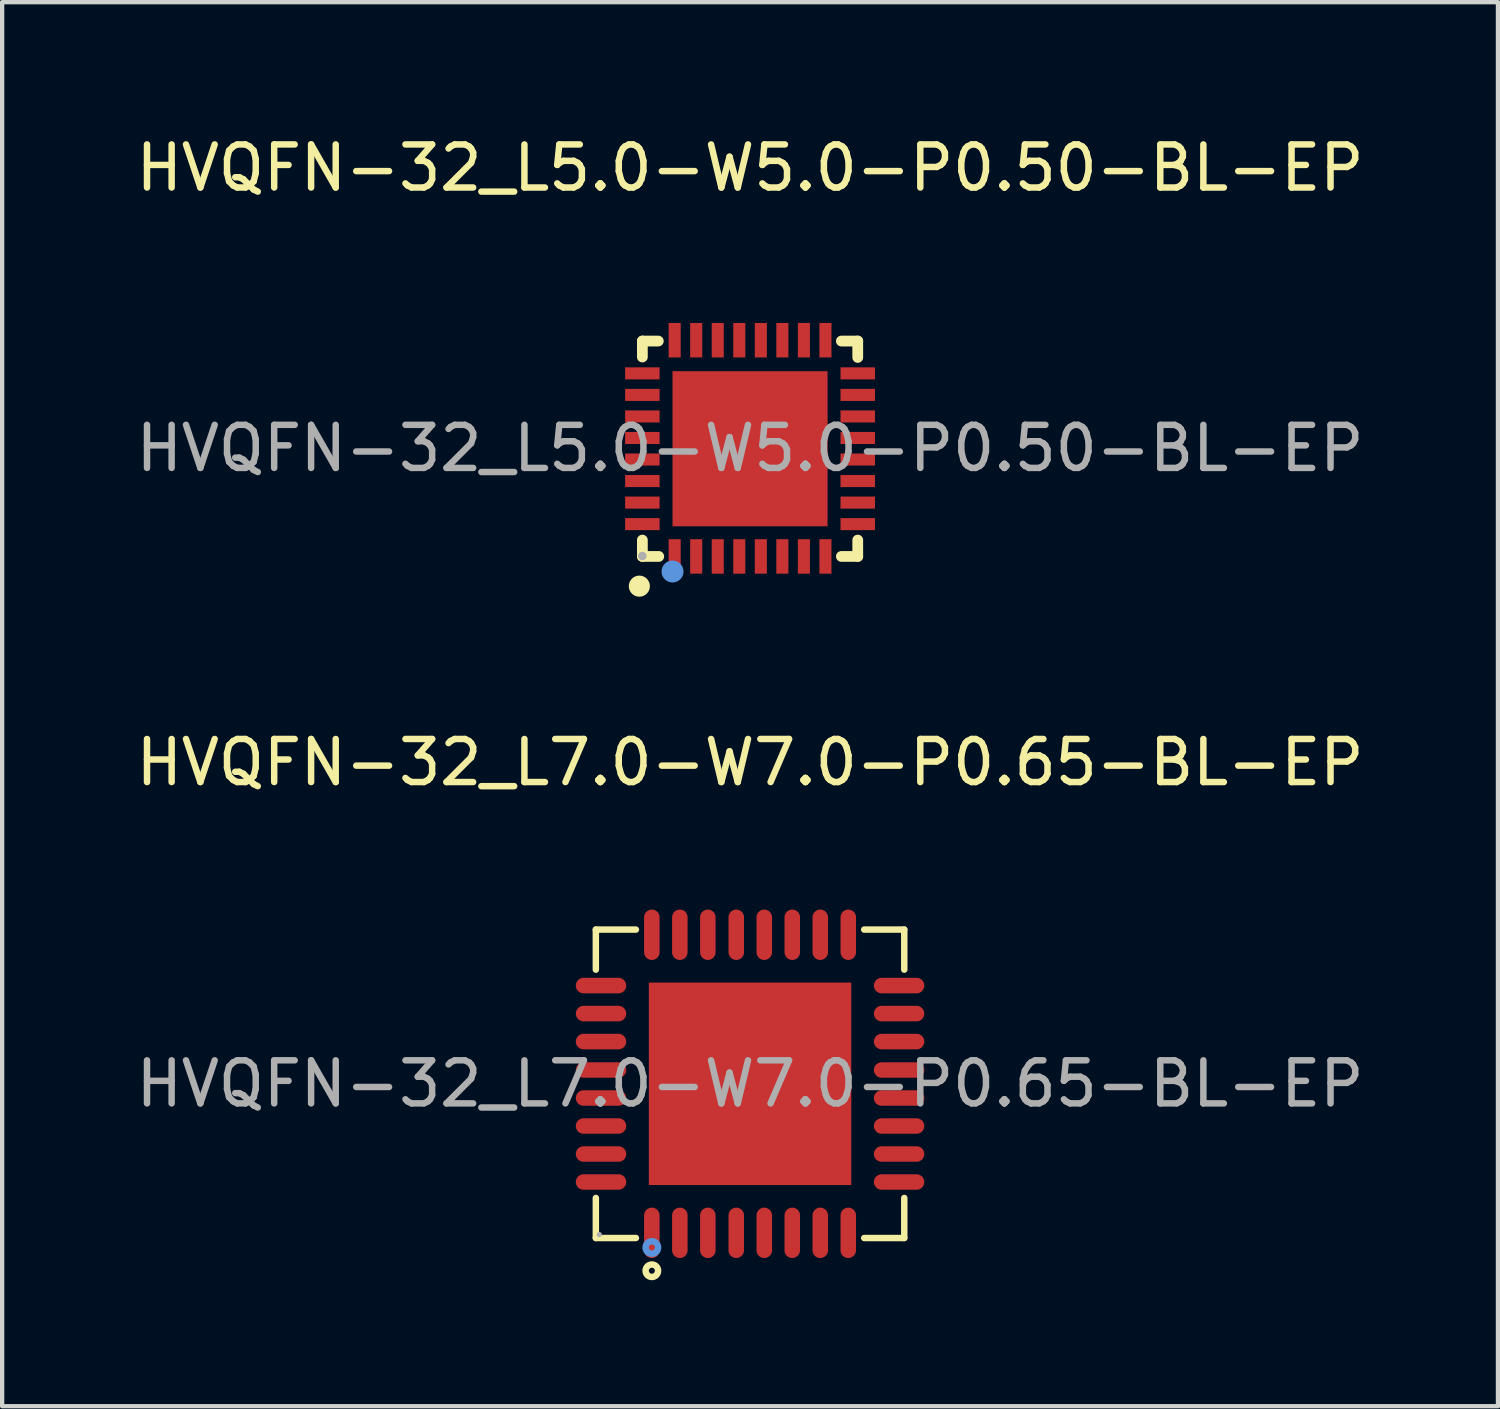
<source format=kicad_pcb>
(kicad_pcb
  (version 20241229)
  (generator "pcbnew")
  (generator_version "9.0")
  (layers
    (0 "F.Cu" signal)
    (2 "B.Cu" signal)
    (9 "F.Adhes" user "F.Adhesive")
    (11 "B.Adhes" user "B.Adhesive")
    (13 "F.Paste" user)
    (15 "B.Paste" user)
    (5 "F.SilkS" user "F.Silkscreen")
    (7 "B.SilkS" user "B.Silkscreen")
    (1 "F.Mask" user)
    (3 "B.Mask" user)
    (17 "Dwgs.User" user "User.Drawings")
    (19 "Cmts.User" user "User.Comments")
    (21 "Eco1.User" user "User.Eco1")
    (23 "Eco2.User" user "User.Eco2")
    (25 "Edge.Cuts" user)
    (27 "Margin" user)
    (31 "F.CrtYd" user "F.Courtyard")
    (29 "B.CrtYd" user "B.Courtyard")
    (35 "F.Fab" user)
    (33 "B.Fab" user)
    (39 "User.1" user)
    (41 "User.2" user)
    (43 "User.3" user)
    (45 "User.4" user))
  (footprint "HVQFN-32_L7.0-W7.0-P0.65-BL-EP"
    (layer "F.Cu")
    (at 14.363 22.111)
    (property "Reference" "HVQFN-32_L7.0-W7.0-P0.65-BL-EP" (at 0 -7.46 0) (layer "F.SilkS") (effects (font (size 1 1) (thickness 0.15))))
    (attr through_hole)
    (fp_line (start -3.58 -3.58) (end -2.65 -3.58) (stroke (width 0.15) (type solid)) (layer "F.SilkS"))
    (fp_line (start -3.58 -2.65) (end -3.58 -3.58) (stroke (width 0.15) (type solid)) (layer "F.SilkS"))
    (fp_line (start -3.58 2.65) (end -3.58 3.58) (stroke (width 0.15) (type solid)) (layer "F.SilkS"))
    (fp_line (start -3.58 3.58) (end -2.65 3.58) (stroke (width 0.15) (type solid)) (layer "F.SilkS"))
    (fp_line (start 3.58 -3.58) (end 2.65 -3.58) (stroke (width 0.15) (type solid)) (layer "F.SilkS"))
    (fp_line (start 3.58 -2.65) (end 3.58 -3.58) (stroke (width 0.15) (type solid)) (layer "F.SilkS"))
    (fp_line (start 3.58 2.65) (end 3.58 3.58) (stroke (width 0.15) (type solid)) (layer "F.SilkS"))
    (fp_line (start 3.58 3.58) (end 2.65 3.58) (stroke (width 0.15) (type solid)) (layer "F.SilkS"))
    (fp_circle (center -2.28 4.34) (end -2.21 4.34) (stroke (width 0.15) (type solid)) (fill no) (layer "F.SilkS"))
    (fp_circle (center -2.28 3.8) (end -2.21 3.8) (stroke (width 0.15) (type solid)) (fill no) (layer "Cmts.User"))
    (fp_circle (center -3.5 3.5) (end -3.47 3.5) (stroke (width 0.06) (type solid)) (fill no) (layer "F.Fab"))
    (fp_text user "${REFERENCE}" (at 0 0 0) (layer "F.Fab") (effects (font (size 1 1) (thickness 0.15))))
    (pad "1" smd oval (at -2.28 3.46) (size 0.36 1.17) (layers "F.Cu" "F.Mask" "F.Paste"))
    (pad "2" smd oval (at -1.63 3.46) (size 0.36 1.17) (layers "F.Cu" "F.Mask" "F.Paste"))
    (pad "3" smd oval (at -0.98 3.46) (size 0.36 1.17) (layers "F.Cu" "F.Mask" "F.Paste"))
    (pad "4" smd oval (at -0.32 3.46) (size 0.36 1.17) (layers "F.Cu" "F.Mask" "F.Paste"))
    (pad "5" smd oval (at 0.33 3.46) (size 0.36 1.17) (layers "F.Cu" "F.Mask" "F.Paste"))
    (pad "6" smd oval (at 0.98 3.46) (size 0.36 1.17) (layers "F.Cu" "F.Mask" "F.Paste"))
    (pad "7" smd oval (at 1.63 3.46) (size 0.36 1.17) (layers "F.Cu" "F.Mask" "F.Paste"))
    (pad "8" smd oval (at 2.28 3.46) (size 0.36 1.17) (layers "F.Cu" "F.Mask" "F.Paste"))
    (pad "9" smd oval (at 3.46 2.28) (size 1.17 0.36) (layers "F.Cu" "F.Mask" "F.Paste"))
    (pad "10" smd oval (at 3.46 1.63) (size 1.17 0.36) (layers "F.Cu" "F.Mask" "F.Paste"))
    (pad "11" smd oval (at 3.46 0.98) (size 1.17 0.36) (layers "F.Cu" "F.Mask" "F.Paste"))
    (pad "12" smd oval (at 3.46 0.33) (size 1.17 0.36) (layers "F.Cu" "F.Mask" "F.Paste"))
    (pad "13" smd oval (at 3.46 -0.32) (size 1.17 0.36) (layers "F.Cu" "F.Mask" "F.Paste"))
    (pad "14" smd oval (at 3.46 -0.98) (size 1.17 0.36) (layers "F.Cu" "F.Mask" "F.Paste"))
    (pad "15" smd oval (at 3.46 -1.63) (size 1.17 0.36) (layers "F.Cu" "F.Mask" "F.Paste"))
    (pad "16" smd oval (at 3.46 -2.28) (size 1.17 0.36) (layers "F.Cu" "F.Mask" "F.Paste"))
    (pad "17" smd oval (at 2.28 -3.46) (size 0.36 1.17) (layers "F.Cu" "F.Mask" "F.Paste"))
    (pad "18" smd oval (at 1.63 -3.46) (size 0.36 1.17) (layers "F.Cu" "F.Mask" "F.Paste"))
    (pad "19" smd oval (at 0.98 -3.46) (size 0.36 1.17) (layers "F.Cu" "F.Mask" "F.Paste"))
    (pad "20" smd oval (at 0.33 -3.46) (size 0.36 1.17) (layers "F.Cu" "F.Mask" "F.Paste"))
    (pad "21" smd oval (at -0.32 -3.46) (size 0.36 1.17) (layers "F.Cu" "F.Mask" "F.Paste"))
    (pad "22" smd oval (at -0.98 -3.46) (size 0.36 1.17) (layers "F.Cu" "F.Mask" "F.Paste"))
    (pad "23" smd oval (at -1.63 -3.46) (size 0.36 1.17) (layers "F.Cu" "F.Mask" "F.Paste"))
    (pad "24" smd oval (at -2.28 -3.46) (size 0.36 1.17) (layers "F.Cu" "F.Mask" "F.Paste"))
    (pad "25" smd oval (at -3.46 -2.28) (size 1.17 0.36) (layers "F.Cu" "F.Mask" "F.Paste"))
    (pad "26" smd oval (at -3.46 -1.63) (size 1.17 0.36) (layers "F.Cu" "F.Mask" "F.Paste"))
    (pad "27" smd oval (at -3.46 -0.98) (size 1.17 0.36) (layers "F.Cu" "F.Mask" "F.Paste"))
    (pad "28" smd oval (at -3.46 -0.32) (size 1.17 0.36) (layers "F.Cu" "F.Mask" "F.Paste"))
    (pad "29" smd oval (at -3.46 0.33) (size 1.17 0.36) (layers "F.Cu" "F.Mask" "F.Paste"))
    (pad "30" smd oval (at -3.46 0.98) (size 1.17 0.36) (layers "F.Cu" "F.Mask" "F.Paste"))
    (pad "31" smd oval (at -3.46 1.63) (size 1.17 0.36) (layers "F.Cu" "F.Mask" "F.Paste"))
    (pad "32" smd oval (at -3.46 2.28) (size 1.17 0.36) (layers "F.Cu" "F.Mask" "F.Paste"))
    (pad "33" smd rect (at 0 0) (size 4.7 4.7) (layers "F.Cu" "F.Mask" "F.Paste")))
  (footprint "HVQFN-32_L5.0-W5.0-P0.50-BL-EP"
    (layer "F.Cu")
    (at 14.363 7.358)
    (property "Reference" "HVQFN-32_L5.0-W5.0-P0.50-BL-EP" (at 0 -6.51 0) (layer "F.SilkS") (effects (font (size 1 1) (thickness 0.15))))
    (attr through_hole)
    (fp_line (start -2.5 -2.49) (end -2.13 -2.49) (stroke (width 0.25) (type solid)) (layer "F.SilkS"))
    (fp_line (start -2.5 -2.12) (end -2.5 -2.49) (stroke (width 0.25) (type solid)) (layer "F.SilkS"))
    (fp_line (start -2.5 2.51) (end -2.5 2.13) (stroke (width 0.25) (type solid)) (layer "F.SilkS"))
    (fp_line (start -2.5 2.51) (end -2.12 2.51) (stroke (width 0.25) (type solid)) (layer "F.SilkS"))
    (fp_line (start 2.12 -2.49) (end 2.5 -2.49) (stroke (width 0.25) (type solid)) (layer "F.SilkS"))
    (fp_line (start 2.12 2.51) (end 2.5 2.51) (stroke (width 0.25) (type solid)) (layer "F.SilkS"))
    (fp_line (start 2.5 -2.49) (end 2.5 -2.11) (stroke (width 0.25) (type solid)) (layer "F.SilkS"))
    (fp_line (start 2.5 2.13) (end 2.5 2.51) (stroke (width 0.25) (type solid)) (layer "F.SilkS"))
    (fp_arc (start -2.57 3.08) (mid -2.564996 3.319896) (end -2.58 3.080417) (stroke (width 0.25) (type solid)) (layer "F.SilkS"))
    (fp_circle (center -1.8 2.86) (end -1.67 2.86) (stroke (width 0.25) (type solid)) (fill no) (layer "Cmts.User"))
    (fp_circle (center -2.5 2.5) (end -2.45 2.5) (stroke (width 0.1) (type solid)) (fill no) (layer "F.Fab"))
    (fp_text user "${REFERENCE}" (at 0 0 0) (layer "F.Fab") (effects (font (size 1 1) (thickness 0.15))))
    (pad "1" smd rect (at -1.75 2.51) (size 0.28 0.8) (layers "F.Cu" "F.Mask" "F.Paste"))
    (pad "2" smd rect (at -1.25 2.51) (size 0.28 0.8) (layers "F.Cu" "F.Mask" "F.Paste"))
    (pad "3" smd rect (at -0.75 2.51) (size 0.28 0.8) (layers "F.Cu" "F.Mask" "F.Paste"))
    (pad "4" smd rect (at -0.25 2.51) (size 0.28 0.8) (layers "F.Cu" "F.Mask" "F.Paste"))
    (pad "5" smd rect (at 0.25 2.51) (size 0.28 0.8) (layers "F.Cu" "F.Mask" "F.Paste"))
    (pad "6" smd rect (at 0.75 2.51) (size 0.28 0.8) (layers "F.Cu" "F.Mask" "F.Paste"))
    (pad "7" smd rect (at 1.25 2.51) (size 0.28 0.8) (layers "F.Cu" "F.Mask" "F.Paste"))
    (pad "8" smd rect (at 1.75 2.51) (size 0.28 0.8) (layers "F.Cu" "F.Mask" "F.Paste"))
    (pad "9" smd rect (at 2.5 1.76) (size 0.8 0.28) (layers "F.Cu" "F.Mask" "F.Paste"))
    (pad "10" smd rect (at 2.5 1.26) (size 0.8 0.28) (layers "F.Cu" "F.Mask" "F.Paste"))
    (pad "11" smd rect (at 2.5 0.76) (size 0.8 0.28) (layers "F.Cu" "F.Mask" "F.Paste"))
    (pad "12" smd rect (at 2.5 0.26) (size 0.8 0.28) (layers "F.Cu" "F.Mask" "F.Paste"))
    (pad "13" smd rect (at 2.5 -0.24) (size 0.8 0.28) (layers "F.Cu" "F.Mask" "F.Paste"))
    (pad "14" smd rect (at 2.5 -0.74) (size 0.8 0.28) (layers "F.Cu" "F.Mask" "F.Paste"))
    (pad "15" smd rect (at 2.5 -1.24) (size 0.8 0.28) (layers "F.Cu" "F.Mask" "F.Paste"))
    (pad "16" smd rect (at 2.5 -1.74) (size 0.8 0.28) (layers "F.Cu" "F.Mask" "F.Paste"))
    (pad "17" smd rect (at 1.75 -2.51) (size 0.28 0.8) (layers "F.Cu" "F.Mask" "F.Paste"))
    (pad "18" smd rect (at 1.25 -2.51) (size 0.28 0.8) (layers "F.Cu" "F.Mask" "F.Paste"))
    (pad "19" smd rect (at 0.75 -2.51) (size 0.28 0.8) (layers "F.Cu" "F.Mask" "F.Paste"))
    (pad "20" smd rect (at 0.25 -2.51) (size 0.28 0.8) (layers "F.Cu" "F.Mask" "F.Paste"))
    (pad "21" smd rect (at -0.25 -2.51) (size 0.28 0.8) (layers "F.Cu" "F.Mask" "F.Paste"))
    (pad "22" smd rect (at -0.75 -2.51) (size 0.28 0.8) (layers "F.Cu" "F.Mask" "F.Paste"))
    (pad "23" smd rect (at -1.25 -2.51) (size 0.28 0.8) (layers "F.Cu" "F.Mask" "F.Paste"))
    (pad "24" smd rect (at -1.75 -2.51) (size 0.28 0.8) (layers "F.Cu" "F.Mask" "F.Paste"))
    (pad "25" smd rect (at -2.5 -1.74) (size 0.8 0.28) (layers "F.Cu" "F.Mask" "F.Paste"))
    (pad "26" smd rect (at -2.5 -1.24) (size 0.8 0.28) (layers "F.Cu" "F.Mask" "F.Paste"))
    (pad "27" smd rect (at -2.5 -0.74) (size 0.8 0.28) (layers "F.Cu" "F.Mask" "F.Paste"))
    (pad "28" smd rect (at -2.5 -0.24) (size 0.8 0.28) (layers "F.Cu" "F.Mask" "F.Paste"))
    (pad "29" smd rect (at -2.5 0.26) (size 0.8 0.28) (layers "F.Cu" "F.Mask" "F.Paste"))
    (pad "30" smd rect (at -2.5 0.76) (size 0.8 0.28) (layers "F.Cu" "F.Mask" "F.Paste"))
    (pad "31" smd rect (at -2.5 1.26) (size 0.8 0.28) (layers "F.Cu" "F.Mask" "F.Paste"))
    (pad "32" smd rect (at -2.5 1.76) (size 0.8 0.28) (layers "F.Cu" "F.Mask" "F.Paste"))
    (pad "33" smd rect (at 0 0.01) (size 3.6 3.6) (layers "F.Cu" "F.Mask" "F.Paste")))
  (gr_rect
    (start -3 -3)
    (end 31.726 29.596)
    (stroke (width 0.1) (type default))
    (fill no)
    (layer "Edge.Cuts")))
</source>
